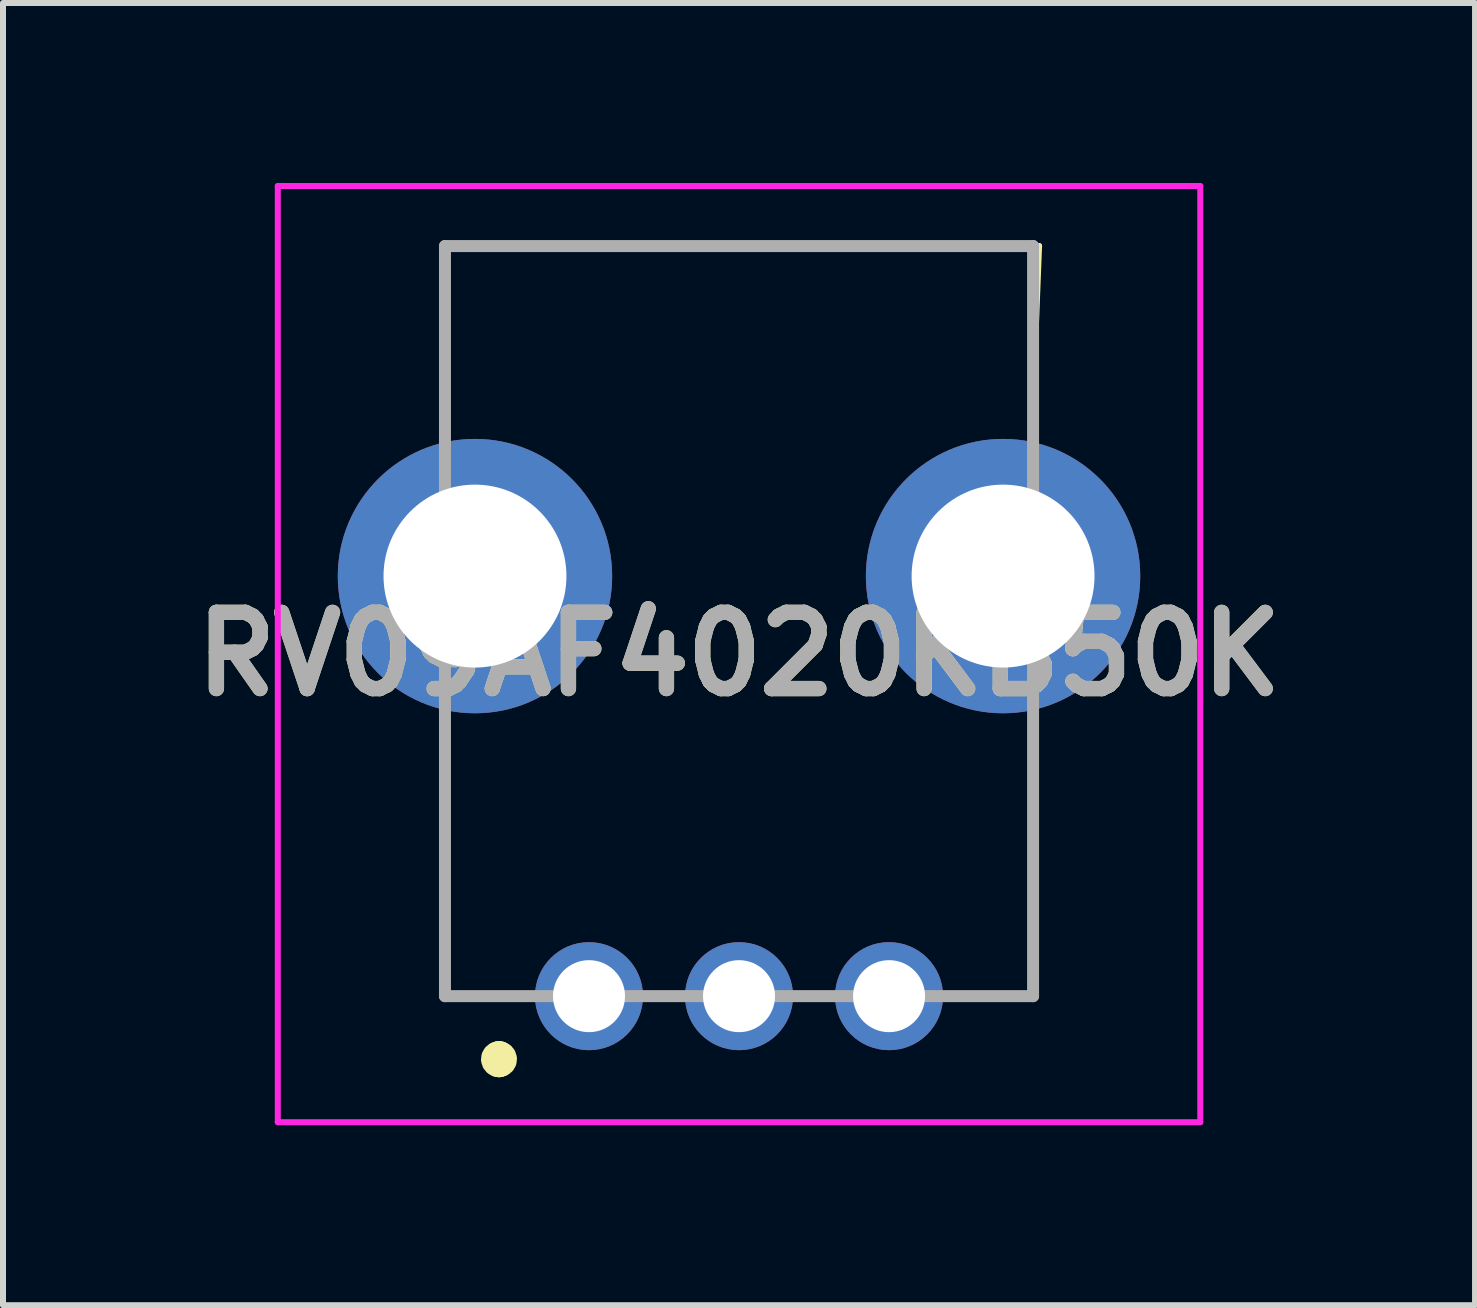
<source format=kicad_pcb>
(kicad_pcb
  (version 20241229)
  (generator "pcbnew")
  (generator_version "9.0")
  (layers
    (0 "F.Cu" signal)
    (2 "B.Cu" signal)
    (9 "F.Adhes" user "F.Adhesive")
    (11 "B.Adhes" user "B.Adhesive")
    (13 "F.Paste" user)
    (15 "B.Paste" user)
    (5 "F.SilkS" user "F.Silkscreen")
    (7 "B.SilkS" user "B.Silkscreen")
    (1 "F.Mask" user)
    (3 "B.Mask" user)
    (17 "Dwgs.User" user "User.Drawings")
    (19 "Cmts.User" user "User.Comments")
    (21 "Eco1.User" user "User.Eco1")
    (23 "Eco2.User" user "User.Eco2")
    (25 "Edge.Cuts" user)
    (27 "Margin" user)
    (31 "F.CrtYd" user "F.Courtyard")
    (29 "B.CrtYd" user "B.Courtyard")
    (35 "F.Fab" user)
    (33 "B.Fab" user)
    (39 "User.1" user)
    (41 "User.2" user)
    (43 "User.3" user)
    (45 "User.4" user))
  (footprint "RV09AF4020KB50K"
    (layer "F.Cu")
    (at 6.765 13.55)
    (property "Reference" "RV09AF4020KB50K" (at 2.5 -5.7 0) (layer "F.SilkS") (effects (font (size 1.27 1.27) (thickness 0.254))))
    (attr through_hole)
    (fp_line (start -2.4 -12.5) (end 7.5 -12.5) (stroke (width 0.1) (type solid)) (layer "F.SilkS"))
    (fp_line (start -2.4 -10) (end -2.4 -12.5) (stroke (width 0.1) (type solid)) (layer "F.SilkS"))
    (fp_line (start -2.4 -4) (end -2.4 0) (stroke (width 0.1) (type solid)) (layer "F.SilkS"))
    (fp_line (start -2.4 0) (end -1.5 0) (stroke (width 0.1) (type solid)) (layer "F.SilkS"))
    (fp_line (start -1.5 1) (end -1.5 1) (stroke (width 0.5) (type solid)) (layer "F.SilkS"))
    (fp_line (start -1.5 1.1) (end -1.5 1.1) (stroke (width 0.5) (type solid)) (layer "F.SilkS"))
    (fp_line (start 6.5 0) (end 7.4 0) (stroke (width 0.1) (type solid)) (layer "F.SilkS"))
    (fp_line (start 7.4 0) (end 7.4 -4) (stroke (width 0.1) (type solid)) (layer "F.SilkS"))
    (fp_line (start 7.5 -12.5) (end 7.4 -10) (stroke (width 0.1) (type solid)) (layer "F.SilkS"))
    (fp_arc (start -1.5 1) (mid -1.45 1.05) (end -1.5 1.1) (stroke (width 0.5) (type solid)) (layer "F.SilkS"))
    (fp_arc (start -1.5 1.1) (mid -1.55 1.05) (end -1.5 1) (stroke (width 0.5) (type solid)) (layer "F.SilkS"))
    (fp_line (start -5.186 -13.5) (end 10.186 -13.5) (stroke (width 0.1) (type solid)) (layer "F.CrtYd"))
    (fp_line (start -5.186 2.1) (end -5.186 -13.5) (stroke (width 0.1) (type solid)) (layer "F.CrtYd"))
    (fp_line (start 10.186 -13.5) (end 10.186 2.1) (stroke (width 0.1) (type solid)) (layer "F.CrtYd"))
    (fp_line (start 10.186 2.1) (end -5.186 2.1) (stroke (width 0.1) (type solid)) (layer "F.CrtYd"))
    (fp_line (start -2.4 -12.5) (end 7.4 -12.5) (stroke (width 0.2) (type solid)) (layer "F.Fab"))
    (fp_line (start -2.4 0) (end -2.4 -12.5) (stroke (width 0.2) (type solid)) (layer "F.Fab"))
    (fp_line (start 7.4 -12.5) (end 7.4 0) (stroke (width 0.2) (type solid)) (layer "F.Fab"))
    (fp_line (start 7.4 0) (end -2.4 0) (stroke (width 0.2) (type solid)) (layer "F.Fab"))
    (fp_text user "${REFERENCE}" (at 2.5 -5.7 0) (layer "F.Fab") (effects (font (size 1.27 1.27) (thickness 0.254))))
    (pad "1" thru_hole circle (at 0 0) (size 1.8 1.8) (drill 1.2) (layers "*.Cu" "*.Mask"))
    (pad "2" thru_hole circle (at 2.5 0) (size 1.8 1.8) (drill 1.2) (layers "*.Cu" "*.Mask"))
    (pad "3" thru_hole circle (at 5 0) (size 1.8 1.8) (drill 1.2) (layers "*.Cu" "*.Mask"))
    (pad "MH1" thru_hole circle (at -1.9 -7) (size 4.572 4.572) (drill 3.048) (layers "*.Cu" "*.Mask"))
    (pad "MH2" thru_hole circle (at 6.9 -7) (size 4.572 4.572) (drill 3.048) (layers "*.Cu" "*.Mask")))
  (gr_rect
    (start -3 -3)
    (end 21.53 18.7)
    (stroke (width 0.1) (type default))
    (fill no)
    (layer "Edge.Cuts")))
</source>
